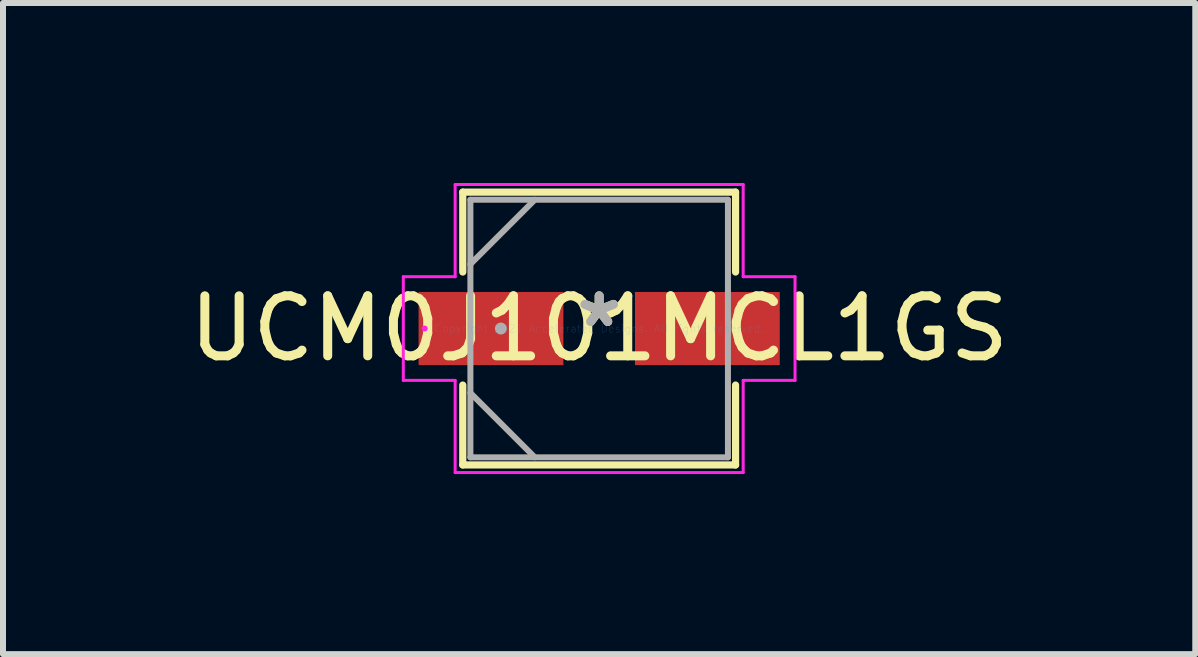
<source format=kicad_pcb>
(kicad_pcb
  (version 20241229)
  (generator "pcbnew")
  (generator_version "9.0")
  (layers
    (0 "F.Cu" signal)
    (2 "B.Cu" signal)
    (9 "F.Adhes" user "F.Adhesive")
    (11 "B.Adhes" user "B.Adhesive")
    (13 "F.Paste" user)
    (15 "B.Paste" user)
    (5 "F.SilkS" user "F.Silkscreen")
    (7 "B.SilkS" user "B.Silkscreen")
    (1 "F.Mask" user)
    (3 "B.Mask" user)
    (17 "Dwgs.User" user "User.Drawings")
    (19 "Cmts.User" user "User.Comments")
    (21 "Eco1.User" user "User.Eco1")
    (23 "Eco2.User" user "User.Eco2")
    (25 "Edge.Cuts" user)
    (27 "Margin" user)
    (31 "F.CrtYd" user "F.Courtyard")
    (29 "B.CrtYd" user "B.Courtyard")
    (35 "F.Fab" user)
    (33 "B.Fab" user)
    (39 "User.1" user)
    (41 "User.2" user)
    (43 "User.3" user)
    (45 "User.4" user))
  (footprint "UCM0J101MCL1GS"
    (layer "F.Cu")
    (at 6.935 2.425)
    (property "Reference" "UCM0J101MCL1GS" (at 0 0 0) (layer "F.SilkS") (effects (font (size 1 1) (thickness 0.15))))
    (attr through_hole)
    (fp_line (start -2.273 -2.273) (end -2.273 -0.942) (stroke (width 0.12) (type solid)) (layer "F.SilkS"))
    (fp_line (start -2.273 0.942) (end -2.273 2.273) (stroke (width 0.12) (type solid)) (layer "F.SilkS"))
    (fp_line (start -2.273 2.273) (end 2.273 2.273) (stroke (width 0.12) (type solid)) (layer "F.SilkS"))
    (fp_line (start 2.273 -2.273) (end -2.273 -2.273) (stroke (width 0.12) (type solid)) (layer "F.SilkS"))
    (fp_line (start 2.273 -0.942) (end 2.273 -2.273) (stroke (width 0.12) (type solid)) (layer "F.SilkS"))
    (fp_line (start 2.273 2.273) (end 2.273 0.942) (stroke (width 0.12) (type solid)) (layer "F.SilkS"))
    (fp_line (start -3.264 -0.864) (end -2.4 -0.864) (stroke (width 0.05) (type solid)) (layer "F.CrtYd"))
    (fp_line (start -3.264 0.864) (end -3.264 -0.864) (stroke (width 0.05) (type solid)) (layer "F.CrtYd"))
    (fp_line (start -2.4 -2.4) (end 2.4 -2.4) (stroke (width 0.05) (type solid)) (layer "F.CrtYd"))
    (fp_line (start -2.4 -0.864) (end -2.4 -2.4) (stroke (width 0.05) (type solid)) (layer "F.CrtYd"))
    (fp_line (start -2.4 0.864) (end -3.264 0.864) (stroke (width 0.05) (type solid)) (layer "F.CrtYd"))
    (fp_line (start -2.4 2.4) (end -2.4 0.864) (stroke (width 0.05) (type solid)) (layer "F.CrtYd"))
    (fp_line (start 2.4 -2.4) (end 2.4 -0.864) (stroke (width 0.05) (type solid)) (layer "F.CrtYd"))
    (fp_line (start 2.4 -0.864) (end 3.264 -0.864) (stroke (width 0.05) (type solid)) (layer "F.CrtYd"))
    (fp_line (start 2.4 0.864) (end 2.4 2.4) (stroke (width 0.05) (type solid)) (layer "F.CrtYd"))
    (fp_line (start 2.4 2.4) (end -2.4 2.4) (stroke (width 0.05) (type solid)) (layer "F.CrtYd"))
    (fp_line (start 3.264 -0.864) (end 3.264 0.864) (stroke (width 0.05) (type solid)) (layer "F.CrtYd"))
    (fp_line (start 3.264 0.864) (end 2.4 0.864) (stroke (width 0.05) (type solid)) (layer "F.CrtYd"))
    (fp_circle (center -2.908 0) (end -2.908 0) (stroke (width 0.05) (type solid)) (fill no) (layer "F.CrtYd"))
    (fp_line (start -2.146 -2.146) (end -2.146 2.146) (stroke (width 0.1) (type solid)) (layer "F.Fab"))
    (fp_line (start -2.146 -1.073) (end -1.073 -2.146) (stroke (width 0.1) (type solid)) (layer "F.Fab"))
    (fp_line (start -2.146 1.073) (end -1.073 2.146) (stroke (width 0.1) (type solid)) (layer "F.Fab"))
    (fp_line (start -2.146 2.146) (end 2.146 2.146) (stroke (width 0.1) (type solid)) (layer "F.Fab"))
    (fp_line (start 2.146 -2.146) (end -2.146 -2.146) (stroke (width 0.1) (type solid)) (layer "F.Fab"))
    (fp_line (start 2.146 2.146) (end 2.146 -2.146) (stroke (width 0.1) (type solid)) (layer "F.Fab"))
    (fp_circle (center -1.638 0) (end -1.638 0) (stroke (width 0.1) (type solid)) (fill no) (layer "F.Fab"))
    (fp_text user "*" (at 0 0 0) (layer "F.SilkS") (effects (font (size 1 1) (thickness 0.15))))
    (fp_text user "Copyright 2021 Accelerated Designs. All rights reserved." (at 0 0 0) (layer "Cmts.User") (effects (font (size 0.127 0.127) (thickness 0.002))))
    (fp_text user "*" (at 0 0 0) (layer "F.Fab") (effects (font (size 1 1) (thickness 0.15))))
    (pad "1" smd rect (at -1.803 0) (size 2.413 1.219) (layers "F.Cu" "F.Mask" "F.Paste"))
    (pad "2" smd rect (at 1.803 0) (size 2.413 1.219) (layers "F.Cu" "F.Mask" "F.Paste")))
  (gr_rect
    (start -3 -3)
    (end 16.869 7.851)
    (stroke (width 0.1) (type default))
    (fill no)
    (layer "Edge.Cuts")))
</source>
